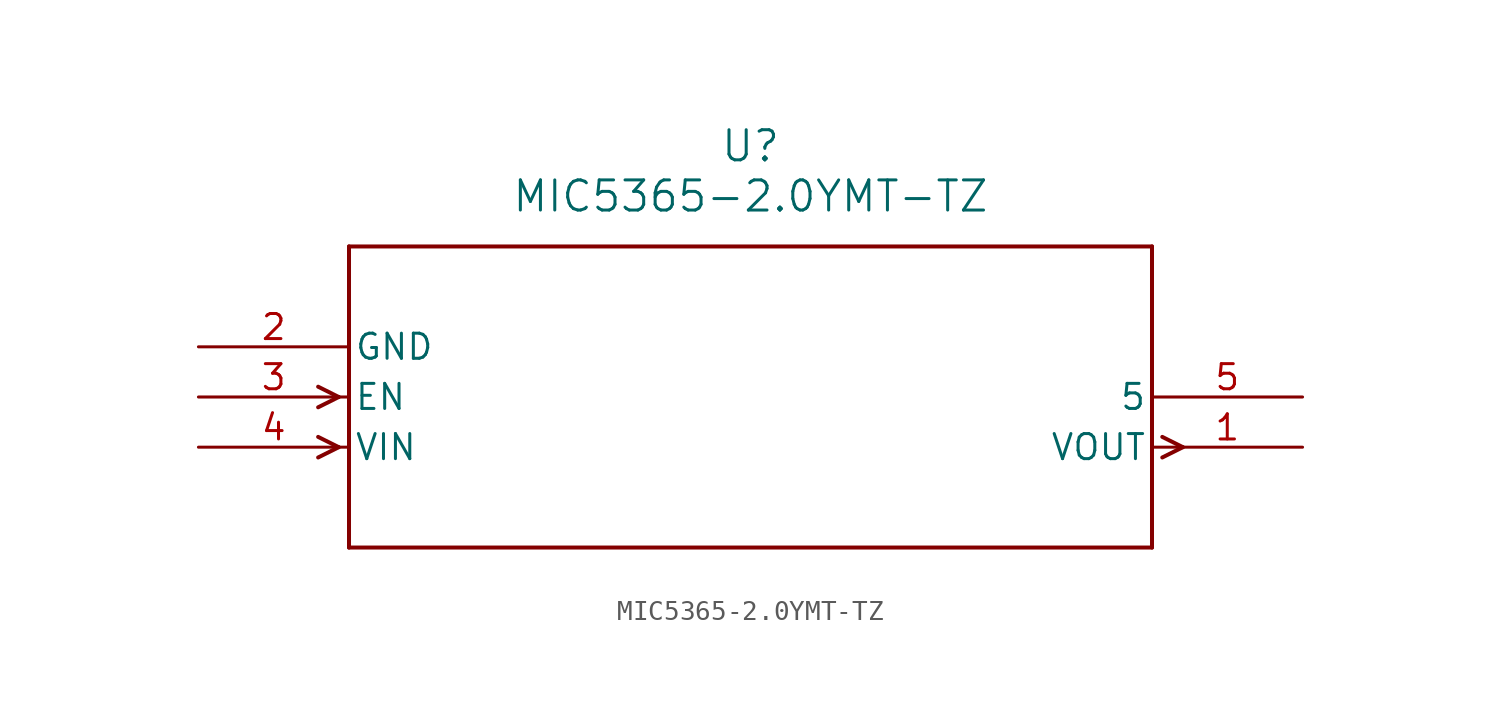
<source format=kicad_sym>
(kicad_symbol_lib
  (version 20211014)
  (generator kicad_symbol_editor)
  (symbol "MIC5365-2.0YMT-TZ"
    (pin_names
      (offset 0.254))
    (property "Reference" "U"
      (at 27.94 10.16 0)
      (effects (font (size 1.524 1.524))))
    (property "Value" "MIC5365-2.0YMT-TZ"
      (at 27.94 7.62 0)
      (effects (font (size 1.524 1.524))))
    (symbol "MIC5365-2.0YMT-TZ_0_1"
      (polyline (pts (xy 7.099 -2.54) (xy 6.058 -2.019)) (stroke (width 0.203) (type default) (color 0 0 0 0)) (fill (type none)))
      (polyline (pts (xy 7.099 -2.54) (xy 6.058 -3.061)) (stroke (width 0.203) (type default) (color 0 0 0 0)) (fill (type none)))
      (polyline (pts (xy 7.099 -5.08) (xy 6.058 -4.559)) (stroke (width 0.203) (type default) (color 0 0 0 0)) (fill (type none)))
      (polyline (pts (xy 7.099 -5.08) (xy 6.058 -5.601)) (stroke (width 0.203) (type default) (color 0 0 0 0)) (fill (type none)))
      (polyline (pts (xy 48.781 -4.559) (xy 49.822 -5.08)) (stroke (width 0.203) (type default) (color 0 0 0 0)) (fill (type none)))
      (polyline (pts (xy 48.781 -5.601) (xy 49.822 -5.08)) (stroke (width 0.203) (type default) (color 0 0 0 0)) (fill (type none)))
      (polyline (pts (xy 7.62 5.08) (xy 7.62 -10.16)) (stroke (width 0.203) (type default) (color 0 0 0 0)) (fill (type none)))
      (polyline (pts (xy 7.62 -10.16) (xy 48.26 -10.16)) (stroke (width 0.203) (type default) (color 0 0 0 0)) (fill (type none)))
      (polyline (pts (xy 48.26 -10.16) (xy 48.26 5.08)) (stroke (width 0.203) (type default) (color 0 0 0 0)) (fill (type none)))
      (polyline (pts (xy 48.26 5.08) (xy 7.62 5.08)) (stroke (width 0.203) (type default) (color 0 0 0 0)) (fill (type none)))
      (pin output line (at 55.88 -5.08 180) (length 7.62) (name "VOUT" (effects (font (size 1.27 1.27)))) (number "1" (effects (font (size 1.27 1.27)))))
      (pin power_in line (at 0 0 0) (length 7.62) (name "GND" (effects (font (size 1.27 1.27)))) (number "2" (effects (font (size 1.27 1.27)))))
      (pin input line (at 0 -2.54 0) (length 7.62) (name "EN" (effects (font (size 1.27 1.27)))) (number "3" (effects (font (size 1.27 1.27)))))
      (pin input line (at 0 -5.08 0) (length 7.62) (name "VIN" (effects (font (size 1.27 1.27)))) (number "4" (effects (font (size 1.27 1.27)))))
      (pin unspecified line (at 55.88 -2.54 180) (length 7.62) (name "5" (effects (font (size 1.27 1.27)))) (number "5" (effects (font (size 1.27 1.27))))))))
</source>
